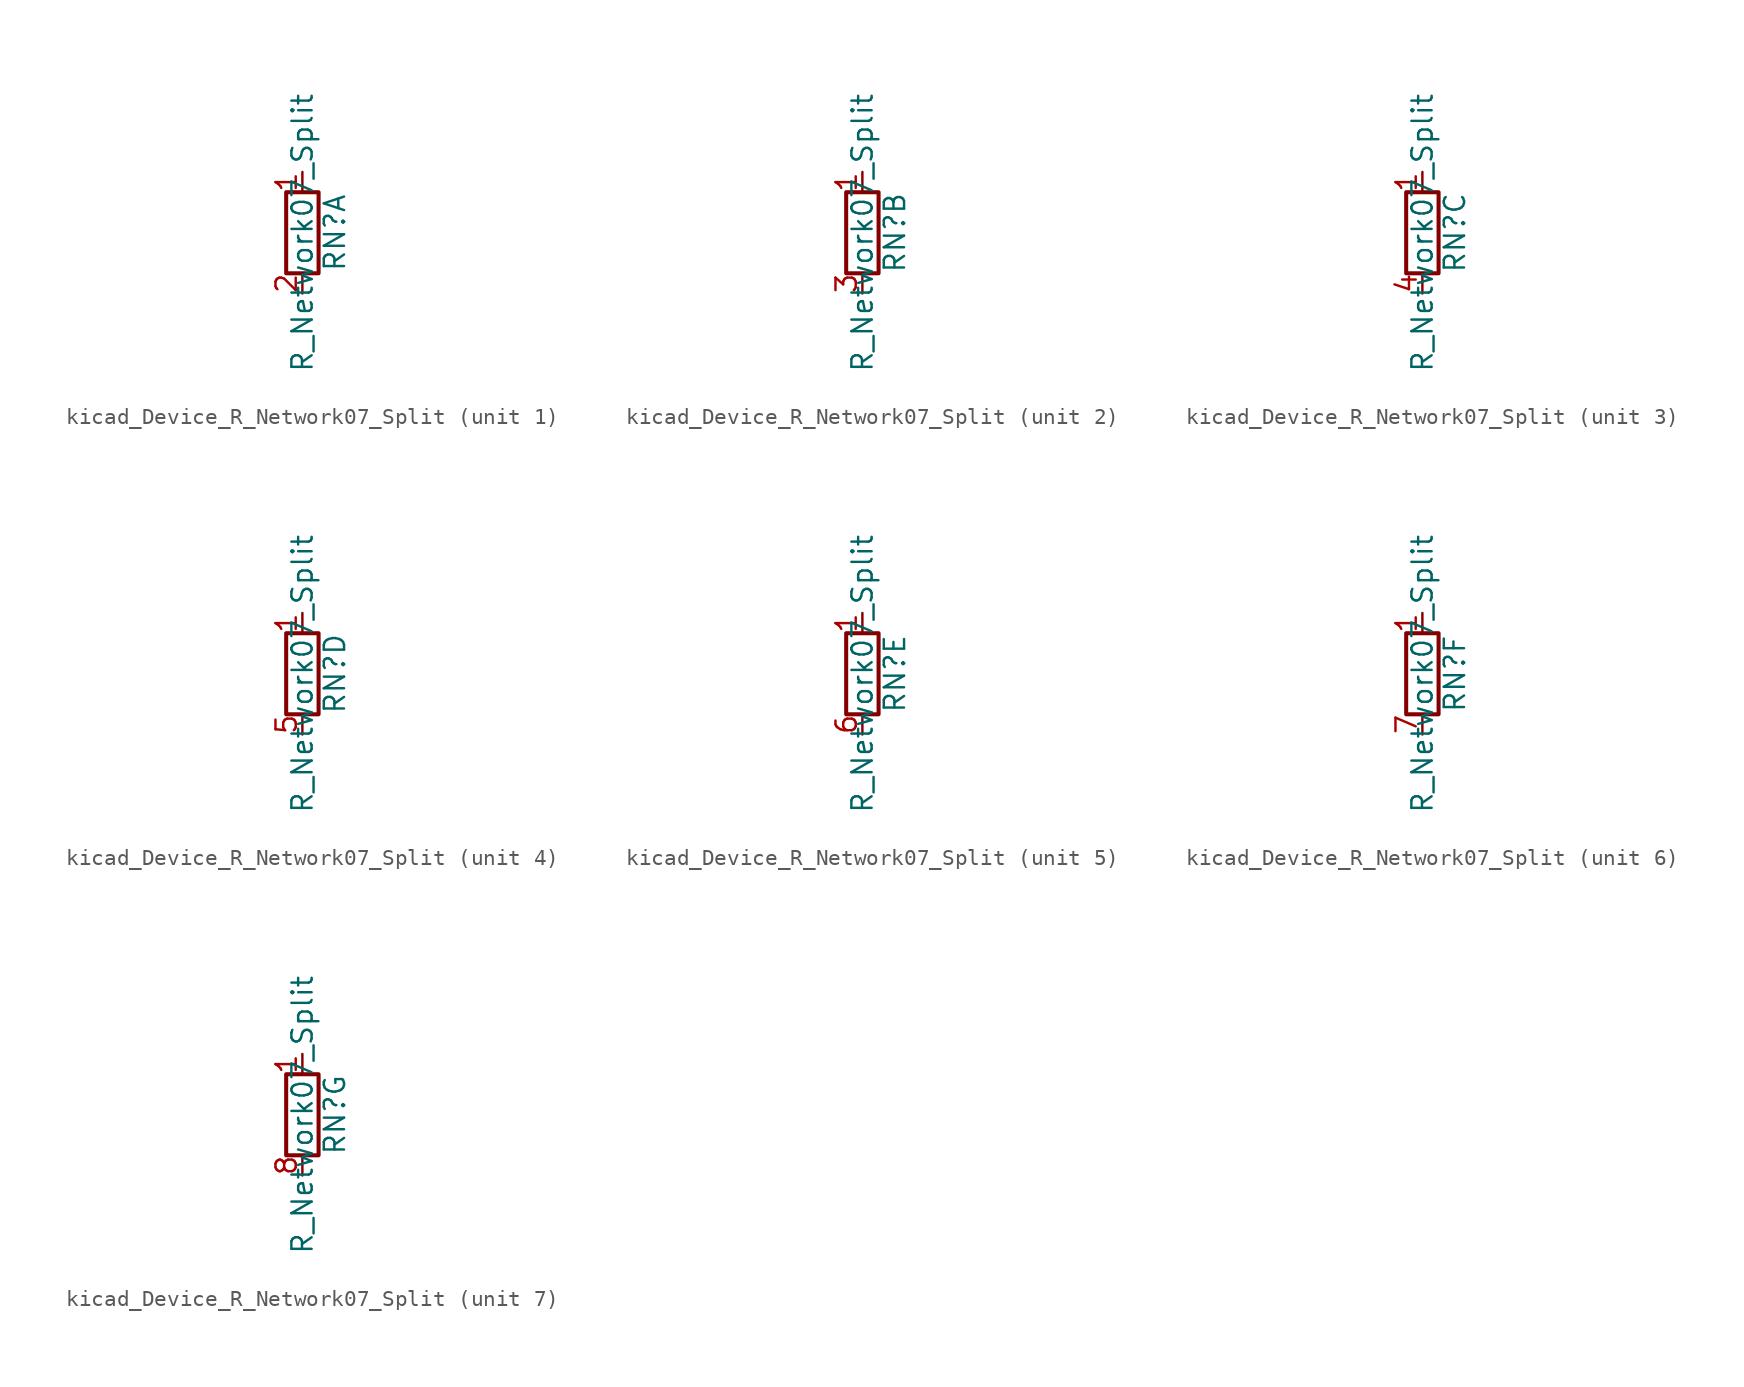
<source format=kicad_sym>
(kicad_symbol_lib
  (version 20220914)
  (generator kicad_symbol_editor)
  (symbol "kicad_Device_R_Network07_Split"
    (pin_names
      (offset 0) hide)
    (property "Reference" "RN"
      (at 2.032 0 90)
      (effects (font (size 1.27 1.27))))
    (property "Value" "R_Network07_Split"
      (at 0 0 90)
      (effects (font (size 1.27 1.27))))
    (symbol "kicad_Device_R_Network07_Split_0_1"
      (rectangle (start 1.016 2.54) (end -1.016 -2.54) (stroke (width 0.254) (type default)) (fill (type none)))
      (pin passive line (at 0 3.81 270) (length 1.27) (name "R1" (effects (font (size 1.27 1.27)))) (number "1" (effects (font (size 1.27 1.27))))))
    (symbol "kicad_Device_R_Network07_Split_1_1"
      (pin passive line (at 0 -3.81 90) (length 1.27) (name "R1.2" (effects (font (size 1.27 1.27)))) (number "2" (effects (font (size 1.27 1.27))))))
    (symbol "kicad_Device_R_Network07_Split_2_1"
      (pin passive line (at 0 -3.81 90) (length 1.27) (name "R2.2" (effects (font (size 1.27 1.27)))) (number "3" (effects (font (size 1.27 1.27))))))
    (symbol "kicad_Device_R_Network07_Split_3_1"
      (pin passive line (at 0 -3.81 90) (length 1.27) (name "R3.2" (effects (font (size 1.27 1.27)))) (number "4" (effects (font (size 1.27 1.27))))))
    (symbol "kicad_Device_R_Network07_Split_4_1"
      (pin passive line (at 0 -3.81 90) (length 1.27) (name "R4.2" (effects (font (size 1.27 1.27)))) (number "5" (effects (font (size 1.27 1.27))))))
    (symbol "kicad_Device_R_Network07_Split_5_1"
      (pin passive line (at 0 -3.81 90) (length 1.27) (name "R5.2" (effects (font (size 1.27 1.27)))) (number "6" (effects (font (size 1.27 1.27))))))
    (symbol "kicad_Device_R_Network07_Split_6_1"
      (pin passive line (at 0 -3.81 90) (length 1.27) (name "R6.2" (effects (font (size 1.27 1.27)))) (number "7" (effects (font (size 1.27 1.27))))))
    (symbol "kicad_Device_R_Network07_Split_7_1"
      (pin passive line (at 0 -3.81 90) (length 1.27) (name "R7.2" (effects (font (size 1.27 1.27)))) (number "8" (effects (font (size 1.27 1.27))))))))
</source>
